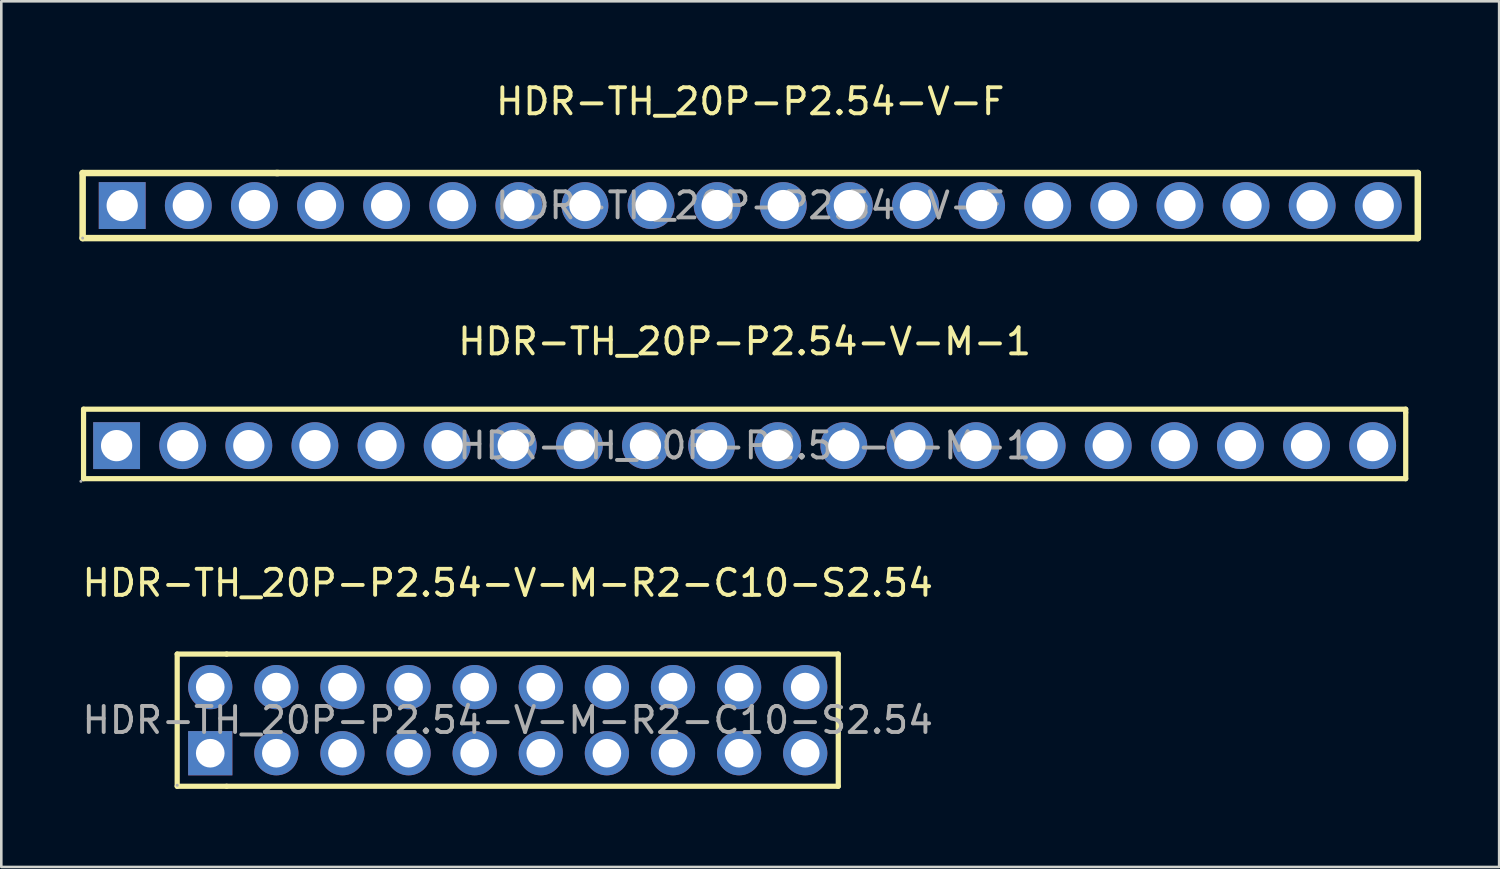
<source format=kicad_pcb>
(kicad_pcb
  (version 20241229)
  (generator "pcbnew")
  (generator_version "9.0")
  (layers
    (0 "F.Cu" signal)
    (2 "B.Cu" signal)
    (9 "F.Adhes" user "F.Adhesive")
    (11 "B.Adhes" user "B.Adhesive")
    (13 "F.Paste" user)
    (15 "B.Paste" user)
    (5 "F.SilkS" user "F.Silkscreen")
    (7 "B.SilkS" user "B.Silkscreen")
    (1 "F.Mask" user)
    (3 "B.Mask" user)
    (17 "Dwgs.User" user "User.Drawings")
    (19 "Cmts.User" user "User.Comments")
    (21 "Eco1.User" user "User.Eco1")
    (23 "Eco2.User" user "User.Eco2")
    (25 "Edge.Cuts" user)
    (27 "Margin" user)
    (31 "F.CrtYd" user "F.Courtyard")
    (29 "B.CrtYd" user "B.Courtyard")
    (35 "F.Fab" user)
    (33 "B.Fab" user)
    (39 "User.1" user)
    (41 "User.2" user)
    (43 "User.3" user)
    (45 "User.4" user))
  (footprint "HDR-TH_20P-P2.54-V-M-R2-C10-S2.54"
    (layer "F.Cu")
    (at 16.458 24.62)
    (property "Reference" "HDR-TH_20P-P2.54-V-M-R2-C10-S2.54" (at 0 -5.27 0) (layer "F.SilkS") (effects (font (size 1 1) (thickness 0.15))))
    (attr through_hole)
    (fp_line (start -12.7 -2.54) (end -10.8 -2.54) (stroke (width 0.2) (type solid)) (layer "F.SilkS"))
    (fp_line (start -12.7 2.54) (end -12.7 -2.54) (stroke (width 0.2) (type solid)) (layer "F.SilkS"))
    (fp_line (start -10.8 -2.54) (end 12.7 -2.54) (stroke (width 0.2) (type solid)) (layer "F.SilkS"))
    (fp_line (start -10.8 2.54) (end -12.7 2.54) (stroke (width 0.2) (type solid)) (layer "F.SilkS"))
    (fp_line (start 12.7 -2.54) (end 12.7 2.54) (stroke (width 0.2) (type solid)) (layer "F.SilkS"))
    (fp_line (start 12.7 2.54) (end -10.8 2.54) (stroke (width 0.2) (type solid)) (layer "F.SilkS"))
    (fp_circle (center -12.7 2.5) (end -12.67 2.5) (stroke (width 0.06) (type solid)) (fill no) (layer "F.Fab"))
    (fp_text user "${REFERENCE}" (at 0 0 0) (layer "F.Fab") (effects (font (size 1 1) (thickness 0.15))))
    (pad "1" thru_hole rect (at -11.43 1.27) (size 1.7 1.7) (drill 1.1) (layers "*.Cu" "*.Paste" "*.Mask"))
    (pad "2" thru_hole circle (at -11.43 -1.27) (size 1.7 1.7) (drill 1.1) (layers "*.Cu" "*.Paste" "*.Mask"))
    (pad "3" thru_hole circle (at -8.89 1.27) (size 1.7 1.7) (drill 1.1) (layers "*.Cu" "*.Paste" "*.Mask"))
    (pad "4" thru_hole circle (at -8.89 -1.27) (size 1.7 1.7) (drill 1.1) (layers "*.Cu" "*.Paste" "*.Mask"))
    (pad "5" thru_hole circle (at -6.35 1.27) (size 1.7 1.7) (drill 1.1) (layers "*.Cu" "*.Paste" "*.Mask"))
    (pad "6" thru_hole circle (at -6.35 -1.27) (size 1.7 1.7) (drill 1.1) (layers "*.Cu" "*.Paste" "*.Mask"))
    (pad "7" thru_hole circle (at -3.81 1.27) (size 1.7 1.7) (drill 1.1) (layers "*.Cu" "*.Paste" "*.Mask"))
    (pad "8" thru_hole circle (at -3.81 -1.27) (size 1.7 1.7) (drill 1.1) (layers "*.Cu" "*.Paste" "*.Mask"))
    (pad "9" thru_hole circle (at -1.27 1.27) (size 1.7 1.7) (drill 1.1) (layers "*.Cu" "*.Paste" "*.Mask"))
    (pad "10" thru_hole circle (at -1.27 -1.27) (size 1.7 1.7) (drill 1.1) (layers "*.Cu" "*.Paste" "*.Mask"))
    (pad "11" thru_hole circle (at 1.27 1.27) (size 1.7 1.7) (drill 1.1) (layers "*.Cu" "*.Paste" "*.Mask"))
    (pad "12" thru_hole circle (at 1.27 -1.27) (size 1.7 1.7) (drill 1.1) (layers "*.Cu" "*.Paste" "*.Mask"))
    (pad "13" thru_hole circle (at 3.81 1.27) (size 1.7 1.7) (drill 1.1) (layers "*.Cu" "*.Paste" "*.Mask"))
    (pad "14" thru_hole circle (at 3.81 -1.27) (size 1.7 1.7) (drill 1.1) (layers "*.Cu" "*.Paste" "*.Mask"))
    (pad "15" thru_hole circle (at 6.35 1.27) (size 1.7 1.7) (drill 1.1) (layers "*.Cu" "*.Paste" "*.Mask"))
    (pad "16" thru_hole circle (at 6.35 -1.27) (size 1.7 1.7) (drill 1.1) (layers "*.Cu" "*.Paste" "*.Mask"))
    (pad "17" thru_hole circle (at 8.89 1.27) (size 1.7 1.7) (drill 1.1) (layers "*.Cu" "*.Paste" "*.Mask"))
    (pad "18" thru_hole circle (at 8.89 -1.27) (size 1.7 1.7) (drill 1.1) (layers "*.Cu" "*.Paste" "*.Mask"))
    (pad "19" thru_hole circle (at 11.43 1.27) (size 1.7 1.7) (drill 1.1) (layers "*.Cu" "*.Paste" "*.Mask"))
    (pad "20" thru_hole circle (at 11.43 -1.27) (size 1.7 1.7) (drill 1.1) (layers "*.Cu" "*.Paste" "*.Mask")))
  (footprint "HDR-TH_20P-P2.54-V-F"
    (layer "F.Cu")
    (at 25.775 4.848)
    (property "Reference" "HDR-TH_20P-P2.54-V-F" (at 0 -4 0) (layer "F.SilkS") (effects (font (size 1 1) (thickness 0.15))))
    (attr through_hole)
    (fp_line (start -25.65 -1.25) (end -18.15 -1.25) (stroke (width 0.25) (type solid)) (layer "F.SilkS"))
    (fp_line (start -25.65 1.25) (end -25.65 -1.25) (stroke (width 0.25) (type solid)) (layer "F.SilkS"))
    (fp_line (start -18.2 -1.25) (end 25.65 -1.25) (stroke (width 0.25) (type solid)) (layer "F.SilkS"))
    (fp_line (start 25.65 -1.25) (end 25.65 1.25) (stroke (width 0.25) (type solid)) (layer "F.SilkS"))
    (fp_line (start 25.65 1.25) (end -25.65 1.25) (stroke (width 0.25) (type solid)) (layer "F.SilkS"))
    (fp_circle (center -25.65 1.25) (end -25.62 1.25) (stroke (width 0.06) (type solid)) (fill no) (layer "F.Fab"))
    (fp_text user "${REFERENCE}" (at 0 0 0) (layer "F.Fab") (effects (font (size 1 1) (thickness 0.15))))
    (pad "1" thru_hole rect (at -24.13 0) (size 1.8 1.8) (drill 1.2) (layers "*.Cu" "*.Paste" "*.Mask"))
    (pad "2" thru_hole circle (at -21.59 0) (size 1.8 1.8) (drill 1.2) (layers "*.Cu" "*.Paste" "*.Mask"))
    (pad "3" thru_hole circle (at -19.05 0) (size 1.8 1.8) (drill 1.2) (layers "*.Cu" "*.Paste" "*.Mask"))
    (pad "4" thru_hole circle (at -16.51 0) (size 1.8 1.8) (drill 1.2) (layers "*.Cu" "*.Paste" "*.Mask"))
    (pad "5" thru_hole circle (at -13.97 0) (size 1.8 1.8) (drill 1.2) (layers "*.Cu" "*.Paste" "*.Mask"))
    (pad "6" thru_hole circle (at -11.43 0) (size 1.8 1.8) (drill 1.2) (layers "*.Cu" "*.Paste" "*.Mask"))
    (pad "7" thru_hole circle (at -8.89 0) (size 1.8 1.8) (drill 1.2) (layers "*.Cu" "*.Paste" "*.Mask"))
    (pad "8" thru_hole circle (at -6.35 0) (size 1.8 1.8) (drill 1.2) (layers "*.Cu" "*.Paste" "*.Mask"))
    (pad "9" thru_hole circle (at -3.81 0) (size 1.8 1.8) (drill 1.2) (layers "*.Cu" "*.Paste" "*.Mask"))
    (pad "10" thru_hole circle (at -1.27 0) (size 1.8 1.8) (drill 1.2) (layers "*.Cu" "*.Paste" "*.Mask"))
    (pad "11" thru_hole circle (at 1.27 0) (size 1.8 1.8) (drill 1.2) (layers "*.Cu" "*.Paste" "*.Mask"))
    (pad "12" thru_hole circle (at 3.81 0) (size 1.8 1.8) (drill 1.2) (layers "*.Cu" "*.Paste" "*.Mask"))
    (pad "13" thru_hole circle (at 6.35 0) (size 1.8 1.8) (drill 1.2) (layers "*.Cu" "*.Paste" "*.Mask"))
    (pad "14" thru_hole circle (at 8.89 0) (size 1.8 1.8) (drill 1.2) (layers "*.Cu" "*.Paste" "*.Mask"))
    (pad "15" thru_hole circle (at 11.43 0) (size 1.8 1.8) (drill 1.2) (layers "*.Cu" "*.Paste" "*.Mask"))
    (pad "16" thru_hole circle (at 13.97 0) (size 1.8 1.8) (drill 1.2) (layers "*.Cu" "*.Paste" "*.Mask"))
    (pad "17" thru_hole circle (at 16.51 0) (size 1.8 1.8) (drill 1.2) (layers "*.Cu" "*.Paste" "*.Mask"))
    (pad "18" thru_hole circle (at 19.05 0) (size 1.8 1.8) (drill 1.2) (layers "*.Cu" "*.Paste" "*.Mask"))
    (pad "19" thru_hole circle (at 21.59 0) (size 1.8 1.8) (drill 1.2) (layers "*.Cu" "*.Paste" "*.Mask"))
    (pad "20" thru_hole circle (at 24.13 0) (size 1.8 1.8) (drill 1.2) (layers "*.Cu" "*.Paste" "*.Mask")))
  (footprint "HDR-TH_20P-P2.54-V-M-1"
    (layer "F.Cu")
    (at 25.56 14.072)
    (property "Reference" "HDR-TH_20P-P2.54-V-M-1" (at 0 -4 0) (layer "F.SilkS") (effects (font (size 1 1) (thickness 0.15))))
    (attr through_hole)
    (fp_line (start -25.4 -1.4) (end -25.4 1.27) (stroke (width 0.2) (type solid)) (layer "F.SilkS"))
    (fp_line (start -25.4 1.27) (end 25.4 1.27) (stroke (width 0.2) (type solid)) (layer "F.SilkS"))
    (fp_line (start 25.4 -1.4) (end -25.4 -1.4) (stroke (width 0.2) (type solid)) (layer "F.SilkS"))
    (fp_line (start 25.4 -1.27) (end 25.4 -1.4) (stroke (width 0.2) (type solid)) (layer "F.SilkS"))
    (fp_line (start 25.4 1.27) (end 25.4 -1.27) (stroke (width 0.2) (type solid)) (layer "F.SilkS"))
    (fp_circle (center -25.5 1.37) (end -25.47 1.37) (stroke (width 0.06) (type solid)) (fill no) (layer "F.Fab"))
    (fp_circle (center -24.13 0) (end -23.88 0) (stroke (width 0.5) (type solid)) (fill no) (layer "F.Fab"))
    (fp_circle (center -21.59 0) (end -21.34 0) (stroke (width 0.5) (type solid)) (fill no) (layer "F.Fab"))
    (fp_circle (center -19.05 0) (end -18.8 0) (stroke (width 0.5) (type solid)) (fill no) (layer "F.Fab"))
    (fp_circle (center -16.51 0) (end -16.26 0) (stroke (width 0.5) (type solid)) (fill no) (layer "F.Fab"))
    (fp_circle (center -13.97 0) (end -13.72 0) (stroke (width 0.5) (type solid)) (fill no) (layer "F.Fab"))
    (fp_circle (center -11.43 0) (end -11.18 0) (stroke (width 0.5) (type solid)) (fill no) (layer "F.Fab"))
    (fp_circle (center -8.89 0) (end -8.64 0) (stroke (width 0.5) (type solid)) (fill no) (layer "F.Fab"))
    (fp_circle (center -6.35 0) (end -6.1 0) (stroke (width 0.5) (type solid)) (fill no) (layer "F.Fab"))
    (fp_circle (center -3.81 0) (end -3.56 0) (stroke (width 0.5) (type solid)) (fill no) (layer "F.Fab"))
    (fp_circle (center -1.27 0) (end -1.02 0) (stroke (width 0.5) (type solid)) (fill no) (layer "F.Fab"))
    (fp_circle (center 1.27 0) (end 1.52 0) (stroke (width 0.5) (type solid)) (fill no) (layer "F.Fab"))
    (fp_circle (center 3.81 0) (end 4.06 0) (stroke (width 0.5) (type solid)) (fill no) (layer "F.Fab"))
    (fp_circle (center 6.35 0) (end 6.6 0) (stroke (width 0.5) (type solid)) (fill no) (layer "F.Fab"))
    (fp_circle (center 8.89 0) (end 9.14 0) (stroke (width 0.5) (type solid)) (fill no) (layer "F.Fab"))
    (fp_circle (center 11.43 0) (end 11.68 0) (stroke (width 0.5) (type solid)) (fill no) (layer "F.Fab"))
    (fp_circle (center 13.97 0) (end 14.22 0) (stroke (width 0.5) (type solid)) (fill no) (layer "F.Fab"))
    (fp_circle (center 16.51 0) (end 16.76 0) (stroke (width 0.5) (type solid)) (fill no) (layer "F.Fab"))
    (fp_circle (center 19.05 0) (end 19.3 0) (stroke (width 0.5) (type solid)) (fill no) (layer "F.Fab"))
    (fp_circle (center 21.59 0) (end 21.84 0) (stroke (width 0.5) (type solid)) (fill no) (layer "F.Fab"))
    (fp_circle (center 24.13 0) (end 24.38 0) (stroke (width 0.5) (type solid)) (fill no) (layer "F.Fab"))
    (fp_text user "${REFERENCE}" (at 0 0 0) (layer "F.Fab") (effects (font (size 1 1) (thickness 0.15))))
    (pad "1" thru_hole rect (at -24.13 0) (size 1.8 1.8) (drill 1.2) (layers "*.Cu" "*.Paste" "*.Mask"))
    (pad "2" thru_hole circle (at -21.59 0) (size 1.8 1.8) (drill 1.2) (layers "*.Cu" "*.Paste" "*.Mask"))
    (pad "3" thru_hole circle (at -19.05 0) (size 1.8 1.8) (drill 1.2) (layers "*.Cu" "*.Paste" "*.Mask"))
    (pad "4" thru_hole circle (at -16.51 0) (size 1.8 1.8) (drill 1.2) (layers "*.Cu" "*.Paste" "*.Mask"))
    (pad "5" thru_hole circle (at -13.97 0) (size 1.8 1.8) (drill 1.2) (layers "*.Cu" "*.Paste" "*.Mask"))
    (pad "6" thru_hole circle (at -11.43 0) (size 1.8 1.8) (drill 1.2) (layers "*.Cu" "*.Paste" "*.Mask"))
    (pad "7" thru_hole circle (at -8.89 0) (size 1.8 1.8) (drill 1.2) (layers "*.Cu" "*.Paste" "*.Mask"))
    (pad "8" thru_hole circle (at -6.35 0) (size 1.8 1.8) (drill 1.2) (layers "*.Cu" "*.Paste" "*.Mask"))
    (pad "9" thru_hole circle (at -3.81 0) (size 1.8 1.8) (drill 1.2) (layers "*.Cu" "*.Paste" "*.Mask"))
    (pad "10" thru_hole circle (at -1.27 0) (size 1.8 1.8) (drill 1.2) (layers "*.Cu" "*.Paste" "*.Mask"))
    (pad "11" thru_hole circle (at 1.27 0) (size 1.8 1.8) (drill 1.2) (layers "*.Cu" "*.Paste" "*.Mask"))
    (pad "12" thru_hole circle (at 3.81 0) (size 1.8 1.8) (drill 1.2) (layers "*.Cu" "*.Paste" "*.Mask"))
    (pad "13" thru_hole circle (at 6.35 0) (size 1.8 1.8) (drill 1.2) (layers "*.Cu" "*.Paste" "*.Mask"))
    (pad "14" thru_hole circle (at 8.89 0) (size 1.8 1.8) (drill 1.2) (layers "*.Cu" "*.Paste" "*.Mask"))
    (pad "15" thru_hole circle (at 11.43 0) (size 1.8 1.8) (drill 1.2) (layers "*.Cu" "*.Paste" "*.Mask"))
    (pad "16" thru_hole circle (at 13.97 0) (size 1.8 1.8) (drill 1.2) (layers "*.Cu" "*.Paste" "*.Mask"))
    (pad "17" thru_hole circle (at 16.51 0) (size 1.8 1.8) (drill 1.2) (layers "*.Cu" "*.Paste" "*.Mask"))
    (pad "18" thru_hole circle (at 19.05 0) (size 1.8 1.8) (drill 1.2) (layers "*.Cu" "*.Paste" "*.Mask"))
    (pad "19" thru_hole circle (at 21.59 0) (size 1.8 1.8) (drill 1.2) (layers "*.Cu" "*.Paste" "*.Mask"))
    (pad "20" thru_hole circle (at 24.13 0) (size 1.8 1.8) (drill 1.2) (layers "*.Cu" "*.Paste" "*.Mask")))
  (gr_rect
    (start -3 -3)
    (end 54.55 30.26)
    (stroke (width 0.1) (type default))
    (fill no)
    (layer "Edge.Cuts")))
</source>
